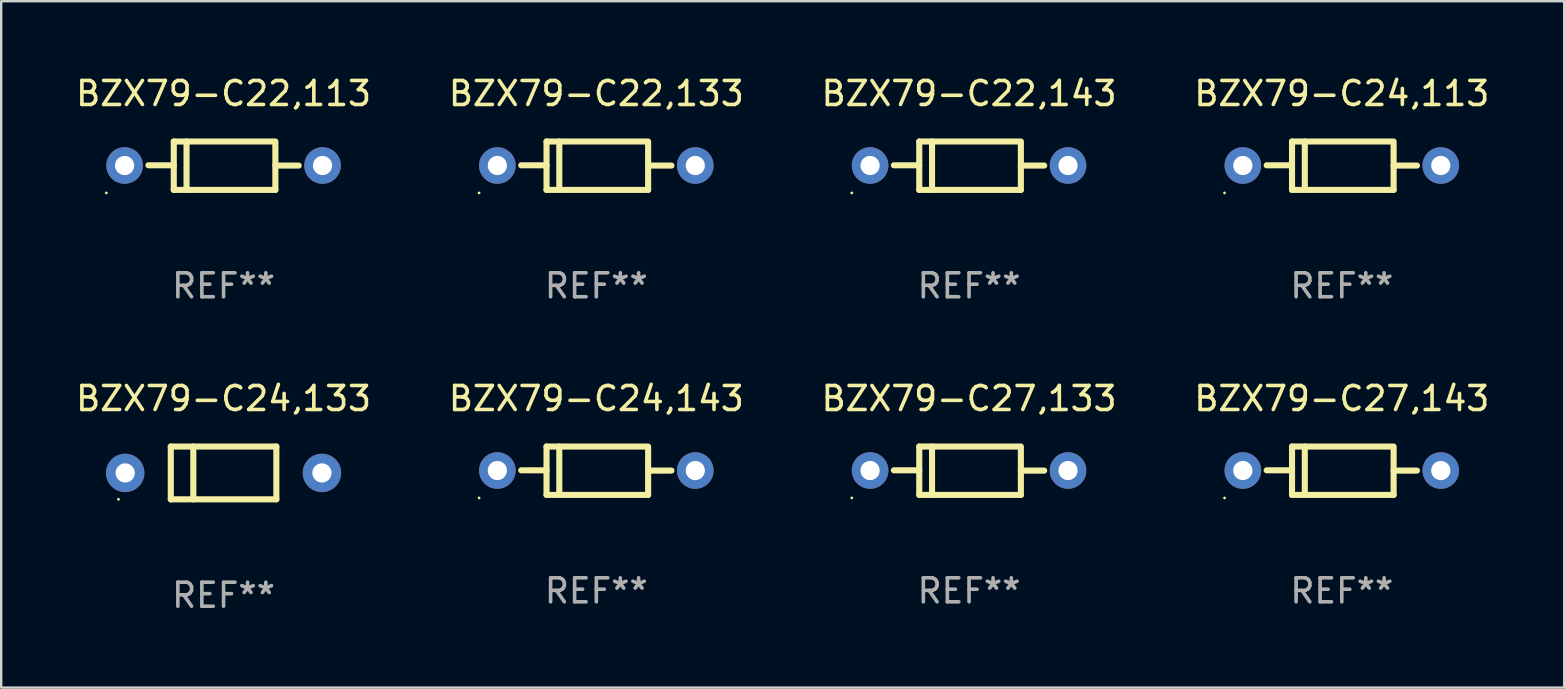
<source format=kicad_pcb>
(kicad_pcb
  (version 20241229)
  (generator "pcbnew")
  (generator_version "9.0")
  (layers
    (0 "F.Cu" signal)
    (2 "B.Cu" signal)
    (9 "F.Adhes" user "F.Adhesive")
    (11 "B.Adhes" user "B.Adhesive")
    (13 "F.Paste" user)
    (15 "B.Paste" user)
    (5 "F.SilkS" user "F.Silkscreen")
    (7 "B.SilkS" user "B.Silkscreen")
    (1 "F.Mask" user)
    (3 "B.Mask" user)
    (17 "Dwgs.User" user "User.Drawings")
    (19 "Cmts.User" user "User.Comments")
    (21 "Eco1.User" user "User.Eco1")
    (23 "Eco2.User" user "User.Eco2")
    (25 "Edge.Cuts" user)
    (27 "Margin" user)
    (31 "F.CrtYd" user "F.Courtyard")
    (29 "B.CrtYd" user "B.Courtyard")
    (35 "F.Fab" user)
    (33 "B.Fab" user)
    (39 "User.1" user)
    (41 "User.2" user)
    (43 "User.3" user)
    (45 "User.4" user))
  (footprint "BZX79-C22,133"
    (layer "F.Cu")
    (at 21.804 3.856)
    (property "Reference" "BZX79-C22,133" (at 0 -3.008 0) (layer "F.SilkS") (effects (font (size 1 1) (thickness 0.15))))
    (attr through_hole)
    (fp_line (start -2.075 -1.008) (end -2.075 1.008) (stroke (width 0.254) (type solid)) (layer "F.SilkS"))
    (fp_line (start -2.075 -0.017) (end -3.132 -0.017) (stroke (width 0.254) (type solid)) (layer "F.SilkS"))
    (fp_line (start -2.075 1.008) (end 2.159 1.008) (stroke (width 0.254) (type solid)) (layer "F.SilkS"))
    (fp_line (start -1.543 -1.008) (end -1.543 1.008) (stroke (width 0.254) (type solid)) (layer "F.SilkS"))
    (fp_line (start 2.075 -1.008) (end -2.075 -1.008) (stroke (width 0.254) (type solid)) (layer "F.SilkS"))
    (fp_line (start 2.159 -0.005) (end 3.132 -0.005) (stroke (width 0.254) (type solid)) (layer "F.SilkS"))
    (fp_line (start 2.159 1.008) (end 2.159 -1.008) (stroke (width 0.254) (type solid)) (layer "F.SilkS"))
    (fp_circle (center -4.887 1.135) (end -4.857 1.135) (stroke (width 0.06) (type solid)) (fill no) (layer "F.SilkS"))
    (fp_text user "REF**" (at 0 5.008 0) (layer "F.Fab") (effects (font (size 1 1) (thickness 0.15))))
    (pad "1" thru_hole circle (at -4.125 -0.008) (size 1.524 1.524) (drill 0.8) (layers "*.Cu" "*.Mask"))
    (pad "2" thru_hole circle (at 4.125 -0.008) (size 1.524 1.524) (drill 0.8) (layers "*.Cu" "*.Mask")))
  (footprint "BZX79-C22,143"
    (layer "F.Cu")
    (at 37.339 3.856)
    (property "Reference" "BZX79-C22,143" (at 0 -3.008 0) (layer "F.SilkS") (effects (font (size 1 1) (thickness 0.15))))
    (attr through_hole)
    (fp_line (start -2.075 -1.008) (end -2.075 1.008) (stroke (width 0.254) (type solid)) (layer "F.SilkS"))
    (fp_line (start -2.075 -0.017) (end -3.132 -0.017) (stroke (width 0.254) (type solid)) (layer "F.SilkS"))
    (fp_line (start -2.075 1.008) (end 2.159 1.008) (stroke (width 0.254) (type solid)) (layer "F.SilkS"))
    (fp_line (start -1.543 -1.008) (end -1.543 1.008) (stroke (width 0.254) (type solid)) (layer "F.SilkS"))
    (fp_line (start 2.075 -1.008) (end -2.075 -1.008) (stroke (width 0.254) (type solid)) (layer "F.SilkS"))
    (fp_line (start 2.159 -0.005) (end 3.132 -0.005) (stroke (width 0.254) (type solid)) (layer "F.SilkS"))
    (fp_line (start 2.159 1.008) (end 2.159 -1.008) (stroke (width 0.254) (type solid)) (layer "F.SilkS"))
    (fp_circle (center -4.887 1.135) (end -4.857 1.135) (stroke (width 0.06) (type solid)) (fill no) (layer "F.SilkS"))
    (fp_text user "REF**" (at 0 5.008 0) (layer "F.Fab") (effects (font (size 1 1) (thickness 0.15))))
    (pad "1" thru_hole circle (at -4.125 -0.008) (size 1.524 1.524) (drill 0.8) (layers "*.Cu" "*.Mask"))
    (pad "2" thru_hole circle (at 4.125 -0.008) (size 1.524 1.524) (drill 0.8) (layers "*.Cu" "*.Mask")))
  (footprint "BZX79-C22,113"
    (layer "F.Cu")
    (at 6.268 3.856)
    (property "Reference" "BZX79-C22,113" (at 0 -3.008 0) (layer "F.SilkS") (effects (font (size 1 1) (thickness 0.15))))
    (attr through_hole)
    (fp_line (start -2.075 -1.008) (end -2.075 1.008) (stroke (width 0.254) (type solid)) (layer "F.SilkS"))
    (fp_line (start -2.075 -0.017) (end -3.132 -0.017) (stroke (width 0.254) (type solid)) (layer "F.SilkS"))
    (fp_line (start -2.075 1.008) (end 2.159 1.008) (stroke (width 0.254) (type solid)) (layer "F.SilkS"))
    (fp_line (start -1.543 -1.008) (end -1.543 1.008) (stroke (width 0.254) (type solid)) (layer "F.SilkS"))
    (fp_line (start 2.075 -1.008) (end -2.075 -1.008) (stroke (width 0.254) (type solid)) (layer "F.SilkS"))
    (fp_line (start 2.159 -0.005) (end 3.132 -0.005) (stroke (width 0.254) (type solid)) (layer "F.SilkS"))
    (fp_line (start 2.159 1.008) (end 2.159 -1.008) (stroke (width 0.254) (type solid)) (layer "F.SilkS"))
    (fp_circle (center -4.887 1.135) (end -4.857 1.135) (stroke (width 0.06) (type solid)) (fill no) (layer "F.SilkS"))
    (fp_text user "REF**" (at 0 5.008 0) (layer "F.Fab") (effects (font (size 1 1) (thickness 0.15))))
    (pad "1" thru_hole circle (at -4.125 -0.008) (size 1.524 1.524) (drill 0.8) (layers "*.Cu" "*.Mask"))
    (pad "2" thru_hole circle (at 4.125 -0.008) (size 1.524 1.524) (drill 0.8) (layers "*.Cu" "*.Mask")))
  (footprint "BZX79-C24,133"
    (layer "F.Cu")
    (at 6.268 16.661)
    (property "Reference" "BZX79-C24,133" (at 0 -3.1 0) (layer "F.SilkS") (effects (font (size 1 1) (thickness 0.15))))
    (attr through_hole)
    (fp_line (start -2.2 -1.1) (end -2.2 1.1) (stroke (width 0.254) (type solid)) (layer "F.SilkS"))
    (fp_line (start -2.2 -1.1) (end 2.2 -1.1) (stroke (width 0.254) (type solid)) (layer "F.SilkS"))
    (fp_line (start -2.2 1.1) (end 2.2 1.1) (stroke (width 0.254) (type solid)) (layer "F.SilkS"))
    (fp_line (start -1.261 -1.1) (end -1.261 1.1) (stroke (width 0.254) (type solid)) (layer "F.SilkS"))
    (fp_line (start 2.2 -1.1) (end 2.2 1.1) (stroke (width 0.254) (type solid)) (layer "F.SilkS"))
    (fp_circle (center -4.38 1.1) (end -4.35 1.1) (stroke (width 0.06) (type solid)) (fill no) (layer "F.SilkS"))
    (fp_text user "REF**" (at 0 5.1 0) (layer "F.Fab") (effects (font (size 1 1) (thickness 0.15))))
    (pad "1" thru_hole circle (at -4.1 0) (size 1.6 1.6) (drill 0.8) (layers "*.Cu" "*.Mask"))
    (pad "2" thru_hole circle (at 4.1 0) (size 1.6 1.6) (drill 0.8) (layers "*.Cu" "*.Mask")))
  (footprint "BZX79-C27,143"
    (layer "F.Cu")
    (at 52.875 16.569)
    (property "Reference" "BZX79-C27,143" (at 0 -3.008 0) (layer "F.SilkS") (effects (font (size 1 1) (thickness 0.15))))
    (attr through_hole)
    (fp_line (start -2.075 -1.008) (end -2.075 1.008) (stroke (width 0.254) (type solid)) (layer "F.SilkS"))
    (fp_line (start -2.075 -0.017) (end -3.132 -0.017) (stroke (width 0.254) (type solid)) (layer "F.SilkS"))
    (fp_line (start -2.075 1.008) (end 2.159 1.008) (stroke (width 0.254) (type solid)) (layer "F.SilkS"))
    (fp_line (start -1.543 -1.008) (end -1.543 1.008) (stroke (width 0.254) (type solid)) (layer "F.SilkS"))
    (fp_line (start 2.075 -1.008) (end -2.075 -1.008) (stroke (width 0.254) (type solid)) (layer "F.SilkS"))
    (fp_line (start 2.159 -0.005) (end 3.132 -0.005) (stroke (width 0.254) (type solid)) (layer "F.SilkS"))
    (fp_line (start 2.159 1.008) (end 2.159 -1.008) (stroke (width 0.254) (type solid)) (layer "F.SilkS"))
    (fp_circle (center -4.887 1.135) (end -4.857 1.135) (stroke (width 0.06) (type solid)) (fill no) (layer "F.SilkS"))
    (fp_text user "REF**" (at 0 5.008 0) (layer "F.Fab") (effects (font (size 1 1) (thickness 0.15))))
    (pad "1" thru_hole circle (at -4.125 -0.008) (size 1.524 1.524) (drill 0.8) (layers "*.Cu" "*.Mask"))
    (pad "2" thru_hole circle (at 4.125 -0.008) (size 1.524 1.524) (drill 0.8) (layers "*.Cu" "*.Mask")))
  (footprint "BZX79-C24,113"
    (layer "F.Cu")
    (at 52.875 3.856)
    (property "Reference" "BZX79-C24,113" (at 0 -3.008 0) (layer "F.SilkS") (effects (font (size 1 1) (thickness 0.15))))
    (attr through_hole)
    (fp_line (start -2.075 -1.008) (end -2.075 1.008) (stroke (width 0.254) (type solid)) (layer "F.SilkS"))
    (fp_line (start -2.075 -0.017) (end -3.132 -0.017) (stroke (width 0.254) (type solid)) (layer "F.SilkS"))
    (fp_line (start -2.075 1.008) (end 2.159 1.008) (stroke (width 0.254) (type solid)) (layer "F.SilkS"))
    (fp_line (start -1.543 -1.008) (end -1.543 1.008) (stroke (width 0.254) (type solid)) (layer "F.SilkS"))
    (fp_line (start 2.075 -1.008) (end -2.075 -1.008) (stroke (width 0.254) (type solid)) (layer "F.SilkS"))
    (fp_line (start 2.159 -0.005) (end 3.132 -0.005) (stroke (width 0.254) (type solid)) (layer "F.SilkS"))
    (fp_line (start 2.159 1.008) (end 2.159 -1.008) (stroke (width 0.254) (type solid)) (layer "F.SilkS"))
    (fp_circle (center -4.887 1.135) (end -4.857 1.135) (stroke (width 0.06) (type solid)) (fill no) (layer "F.SilkS"))
    (fp_text user "REF**" (at 0 5.008 0) (layer "F.Fab") (effects (font (size 1 1) (thickness 0.15))))
    (pad "1" thru_hole circle (at -4.125 -0.008) (size 1.524 1.524) (drill 0.8) (layers "*.Cu" "*.Mask"))
    (pad "2" thru_hole circle (at 4.125 -0.008) (size 1.524 1.524) (drill 0.8) (layers "*.Cu" "*.Mask")))
  (footprint "BZX79-C27,133"
    (layer "F.Cu")
    (at 37.339 16.569)
    (property "Reference" "BZX79-C27,133" (at 0 -3.008 0) (layer "F.SilkS") (effects (font (size 1 1) (thickness 0.15))))
    (attr through_hole)
    (fp_line (start -2.075 -1.008) (end -2.075 1.008) (stroke (width 0.254) (type solid)) (layer "F.SilkS"))
    (fp_line (start -2.075 -0.017) (end -3.132 -0.017) (stroke (width 0.254) (type solid)) (layer "F.SilkS"))
    (fp_line (start -2.075 1.008) (end 2.159 1.008) (stroke (width 0.254) (type solid)) (layer "F.SilkS"))
    (fp_line (start -1.543 -1.008) (end -1.543 1.008) (stroke (width 0.254) (type solid)) (layer "F.SilkS"))
    (fp_line (start 2.075 -1.008) (end -2.075 -1.008) (stroke (width 0.254) (type solid)) (layer "F.SilkS"))
    (fp_line (start 2.159 -0.005) (end 3.132 -0.005) (stroke (width 0.254) (type solid)) (layer "F.SilkS"))
    (fp_line (start 2.159 1.008) (end 2.159 -1.008) (stroke (width 0.254) (type solid)) (layer "F.SilkS"))
    (fp_circle (center -4.887 1.135) (end -4.857 1.135) (stroke (width 0.06) (type solid)) (fill no) (layer "F.SilkS"))
    (fp_text user "REF**" (at 0 5.008 0) (layer "F.Fab") (effects (font (size 1 1) (thickness 0.15))))
    (pad "1" thru_hole circle (at -4.125 -0.008) (size 1.524 1.524) (drill 0.8) (layers "*.Cu" "*.Mask"))
    (pad "2" thru_hole circle (at 4.125 -0.008) (size 1.524 1.524) (drill 0.8) (layers "*.Cu" "*.Mask")))
  (footprint "BZX79-C24,143"
    (layer "F.Cu")
    (at 21.804 16.569)
    (property "Reference" "BZX79-C24,143" (at 0 -3.008 0) (layer "F.SilkS") (effects (font (size 1 1) (thickness 0.15))))
    (attr through_hole)
    (fp_line (start -2.075 -1.008) (end -2.075 1.008) (stroke (width 0.254) (type solid)) (layer "F.SilkS"))
    (fp_line (start -2.075 -0.017) (end -3.132 -0.017) (stroke (width 0.254) (type solid)) (layer "F.SilkS"))
    (fp_line (start -2.075 1.008) (end 2.159 1.008) (stroke (width 0.254) (type solid)) (layer "F.SilkS"))
    (fp_line (start -1.543 -1.008) (end -1.543 1.008) (stroke (width 0.254) (type solid)) (layer "F.SilkS"))
    (fp_line (start 2.075 -1.008) (end -2.075 -1.008) (stroke (width 0.254) (type solid)) (layer "F.SilkS"))
    (fp_line (start 2.159 -0.005) (end 3.132 -0.005) (stroke (width 0.254) (type solid)) (layer "F.SilkS"))
    (fp_line (start 2.159 1.008) (end 2.159 -1.008) (stroke (width 0.254) (type solid)) (layer "F.SilkS"))
    (fp_circle (center -4.887 1.135) (end -4.857 1.135) (stroke (width 0.06) (type solid)) (fill no) (layer "F.SilkS"))
    (fp_text user "REF**" (at 0 5.008 0) (layer "F.Fab") (effects (font (size 1 1) (thickness 0.15))))
    (pad "1" thru_hole circle (at -4.125 -0.008) (size 1.524 1.524) (drill 0.8) (layers "*.Cu" "*.Mask"))
    (pad "2" thru_hole circle (at 4.125 -0.008) (size 1.524 1.524) (drill 0.8) (layers "*.Cu" "*.Mask")))
  (gr_rect
    (start -3 -3)
    (end 62.143 25.609)
    (stroke (width 0.1) (type default))
    (fill no)
    (layer "Edge.Cuts")))
</source>
